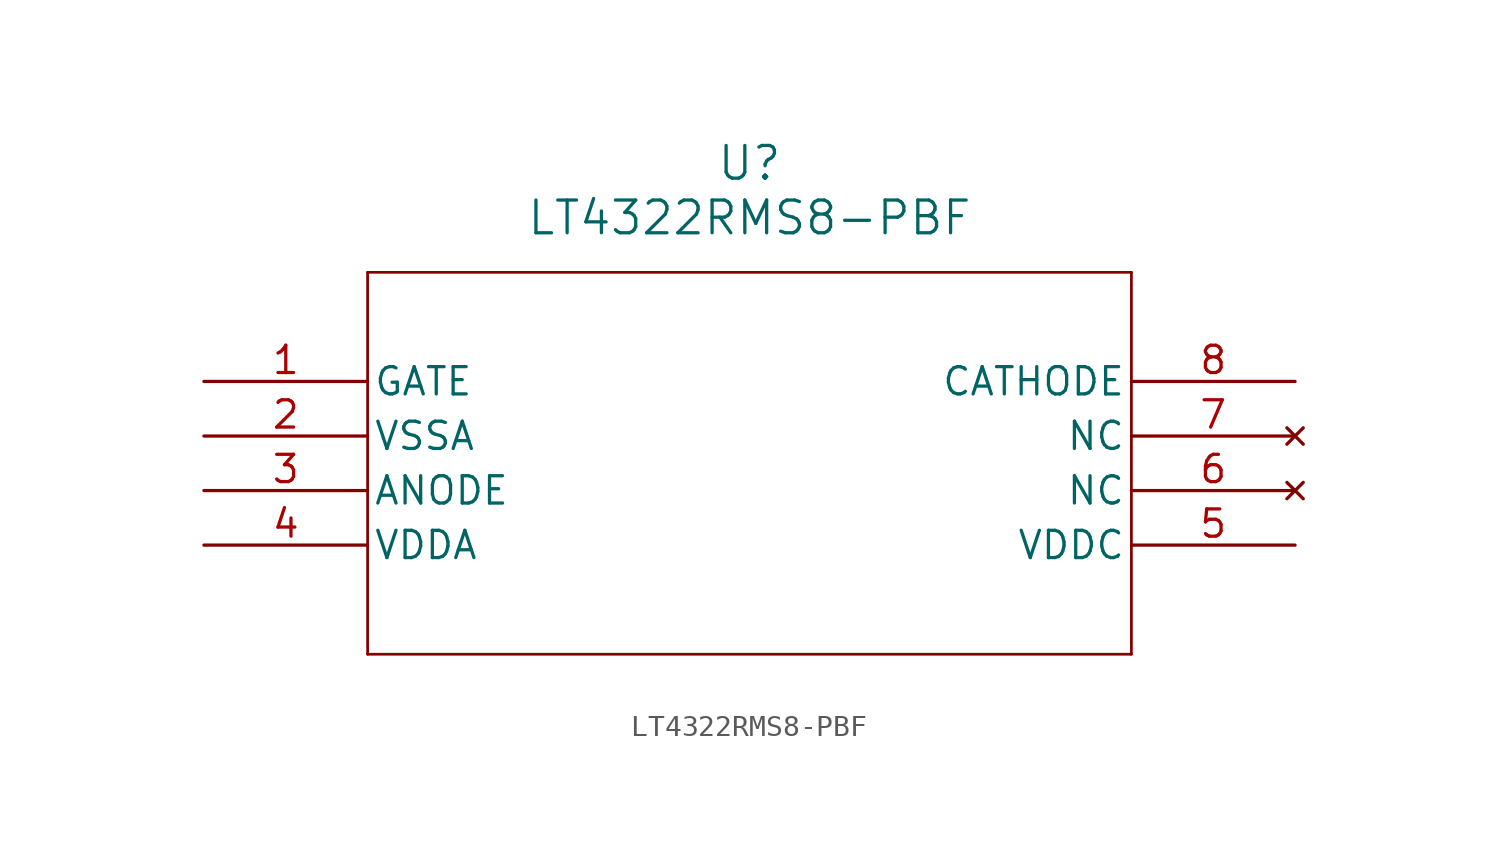
<source format=kicad_sym>
(kicad_symbol_lib
  (version 20241209)
  (generator "kicad_symbol_editor")
  (generator_version "9.0")
  (symbol "LT4322RMS8-PBF"
    (pin_names
      (offset 0.254))
    (property "Reference" "U"
      (at 25.4 10.16 0)
      (effects (font (size 1.524 1.524))))
    (property "Value" "LT4322RMS8-PBF"
      (at 25.4 7.62 0)
      (effects (font (size 1.524 1.524))))
    (symbol "LT4322RMS8-PBF_0_1"
      (polyline (pts (xy 7.62 5.08) (xy 7.62 -12.7)) (stroke (width 0.127) (type default)) (fill (type none)))
      (polyline (pts (xy 7.62 -12.7) (xy 43.18 -12.7)) (stroke (width 0.127) (type default)) (fill (type none)))
      (polyline (pts (xy 43.18 5.08) (xy 7.62 5.08)) (stroke (width 0.127) (type default)) (fill (type none)))
      (polyline (pts (xy 43.18 -12.7) (xy 43.18 5.08)) (stroke (width 0.127) (type default)) (fill (type none)))
      (pin output line (at 0 0 0) (length 7.62) (name "GATE" (effects (font (size 1.27 1.27)))) (number "1" (effects (font (size 1.27 1.27)))))
      (pin power_out line (at 0 -2.54 0) (length 7.62) (name "VSSA" (effects (font (size 1.27 1.27)))) (number "2" (effects (font (size 1.27 1.27)))))
      (pin input line (at 0 -5.08 0) (length 7.62) (name "ANODE" (effects (font (size 1.27 1.27)))) (number "3" (effects (font (size 1.27 1.27)))))
      (pin power_in line (at 0 -7.62 0) (length 7.62) (name "VDDA" (effects (font (size 1.27 1.27)))) (number "4" (effects (font (size 1.27 1.27)))))
      (pin input line (at 50.8 0 180) (length 7.62) (name "CATHODE" (effects (font (size 1.27 1.27)))) (number "8" (effects (font (size 1.27 1.27)))))
      (pin no_connect line (at 50.8 -2.54 180) (length 7.62) (name "NC" (effects (font (size 1.27 1.27)))) (number "7" (effects (font (size 1.27 1.27)))))
      (pin no_connect line (at 50.8 -5.08 180) (length 7.62) (name "NC" (effects (font (size 1.27 1.27)))) (number "6" (effects (font (size 1.27 1.27)))))
      (pin power_in line (at 50.8 -7.62 180) (length 7.62) (name "VDDC" (effects (font (size 1.27 1.27)))) (number "5" (effects (font (size 1.27 1.27))))))))
</source>
